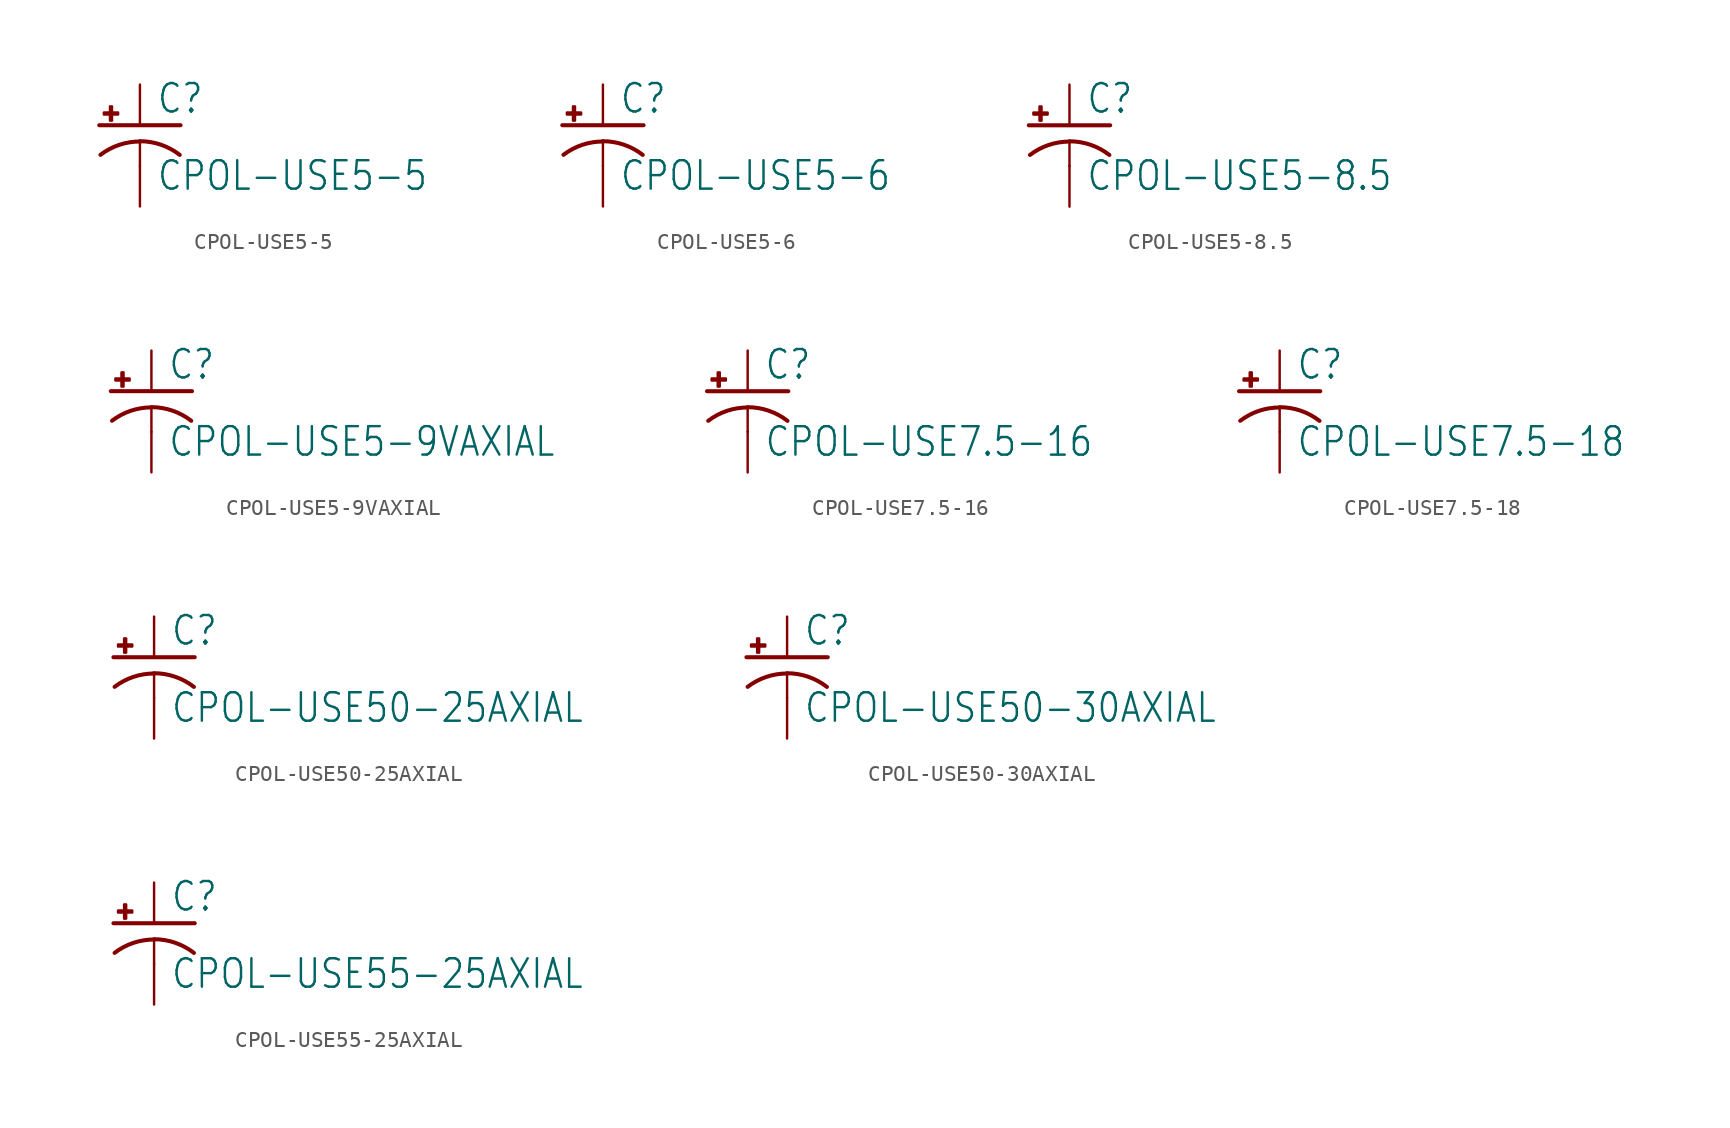
<source format=kicad_sym>
(kicad_symbol_lib
  (version 20220331)
  (generator kicad_symbol_editor)
  (symbol "CPOL-USE5-5"
    (property "Reference" "C"
      (at 1.016 0.635 0)
      (effects (font (size 1.778 1.511)) (justify left bottom)))
    (property "Value" "CPOL-USE5-5"
      (at 1.016 -4.191 0)
      (effects (font (size 1.778 1.511)) (justify left bottom)))
    (property "ki_locked" ""
      (at 0 0 0)
      (effects (font (size 1.27 1.27))))
    (symbol "CPOL-USE5-5_1_0"
      (rectangle (start -2.253 0.668) (end -1.364 0.795) (stroke (width 0) (type default)) (fill (type outline)))
      (rectangle (start -1.872 0.287) (end -1.745 1.176) (stroke (width 0) (type default)) (fill (type outline)))
      (arc (start 0 -1.0161) (mid -1.3021 -1.2302) (end -2.4669 -1.8504) (stroke (width 0.254) (type solid)) (fill (type none)))
      (polyline (pts (xy -2.54 0) (xy 2.54 0)) (stroke (width 0.254) (type solid)) (fill (type none)))
      (polyline (pts (xy 0 -1.016) (xy 0 -2.54)) (stroke (width 0.152) (type solid)) (fill (type none)))
      (arc (start 2.4892 -1.8542) (mid 1.3158 -1.2195) (end 0 -1) (stroke (width 0.254) (type solid)) (fill (type none)))
      (pin passive line (at 0 2.54 270) (length 2.54) (name "+" (effects (font (size 0 0)))) (number "+" (effects (font (size 0 0)))))
      (pin passive line (at 0 -5.08 90) (length 2.54) (name "-" (effects (font (size 0 0)))) (number "-" (effects (font (size 0 0)))))))
  (symbol "CPOL-USE5-6"
    (property "Reference" "C"
      (at 1.016 0.635 0)
      (effects (font (size 1.778 1.511)) (justify left bottom)))
    (property "Value" "CPOL-USE5-6"
      (at 1.016 -4.191 0)
      (effects (font (size 1.778 1.511)) (justify left bottom)))
    (property "ki_locked" ""
      (at 0 0 0)
      (effects (font (size 1.27 1.27))))
    (symbol "CPOL-USE5-6_1_0"
      (rectangle (start -2.253 0.668) (end -1.364 0.795) (stroke (width 0) (type default)) (fill (type outline)))
      (rectangle (start -1.872 0.287) (end -1.745 1.176) (stroke (width 0) (type default)) (fill (type outline)))
      (arc (start 0 -1.0161) (mid -1.3021 -1.2302) (end -2.4669 -1.8504) (stroke (width 0.254) (type solid)) (fill (type none)))
      (polyline (pts (xy -2.54 0) (xy 2.54 0)) (stroke (width 0.254) (type solid)) (fill (type none)))
      (polyline (pts (xy 0 -1.016) (xy 0 -2.54)) (stroke (width 0.152) (type solid)) (fill (type none)))
      (arc (start 2.4892 -1.8542) (mid 1.3158 -1.2195) (end 0 -1) (stroke (width 0.254) (type solid)) (fill (type none)))
      (pin passive line (at 0 2.54 270) (length 2.54) (name "+" (effects (font (size 0 0)))) (number "+" (effects (font (size 0 0)))))
      (pin passive line (at 0 -5.08 90) (length 2.54) (name "-" (effects (font (size 0 0)))) (number "-" (effects (font (size 0 0)))))))
  (symbol "CPOL-USE5-8.5"
    (property "Reference" "C"
      (at 1.016 0.635 0)
      (effects (font (size 1.778 1.511)) (justify left bottom)))
    (property "Value" "CPOL-USE5-8.5"
      (at 1.016 -4.191 0)
      (effects (font (size 1.778 1.511)) (justify left bottom)))
    (property "ki_locked" ""
      (at 0 0 0)
      (effects (font (size 1.27 1.27))))
    (symbol "CPOL-USE5-8.5_1_0"
      (rectangle (start -2.253 0.668) (end -1.364 0.795) (stroke (width 0) (type default)) (fill (type outline)))
      (rectangle (start -1.872 0.287) (end -1.745 1.176) (stroke (width 0) (type default)) (fill (type outline)))
      (arc (start 0 -1.0161) (mid -1.3021 -1.2302) (end -2.4669 -1.8504) (stroke (width 0.254) (type solid)) (fill (type none)))
      (polyline (pts (xy -2.54 0) (xy 2.54 0)) (stroke (width 0.254) (type solid)) (fill (type none)))
      (polyline (pts (xy 0 -1.016) (xy 0 -2.54)) (stroke (width 0.152) (type solid)) (fill (type none)))
      (arc (start 2.4892 -1.8542) (mid 1.3158 -1.2195) (end 0 -1) (stroke (width 0.254) (type solid)) (fill (type none)))
      (pin passive line (at 0 2.54 270) (length 2.54) (name "+" (effects (font (size 0 0)))) (number "+" (effects (font (size 0 0)))))
      (pin passive line (at 0 -5.08 90) (length 2.54) (name "-" (effects (font (size 0 0)))) (number "-" (effects (font (size 0 0)))))))
  (symbol "CPOL-USE5-9VAXIAL"
    (property "Reference" "C"
      (at 1.016 0.635 0)
      (effects (font (size 1.778 1.511)) (justify left bottom)))
    (property "Value" "CPOL-USE5-9VAXIAL"
      (at 1.016 -4.191 0)
      (effects (font (size 1.778 1.511)) (justify left bottom)))
    (property "ki_locked" ""
      (at 0 0 0)
      (effects (font (size 1.27 1.27))))
    (symbol "CPOL-USE5-9VAXIAL_1_0"
      (rectangle (start -2.253 0.668) (end -1.364 0.795) (stroke (width 0) (type default)) (fill (type outline)))
      (rectangle (start -1.872 0.287) (end -1.745 1.176) (stroke (width 0) (type default)) (fill (type outline)))
      (arc (start 0 -1.0161) (mid -1.3021 -1.2302) (end -2.4669 -1.8504) (stroke (width 0.254) (type solid)) (fill (type none)))
      (polyline (pts (xy -2.54 0) (xy 2.54 0)) (stroke (width 0.254) (type solid)) (fill (type none)))
      (polyline (pts (xy 0 -1.016) (xy 0 -2.54)) (stroke (width 0.152) (type solid)) (fill (type none)))
      (arc (start 2.4892 -1.8542) (mid 1.3158 -1.2195) (end 0 -1) (stroke (width 0.254) (type solid)) (fill (type none)))
      (pin passive line (at 0 2.54 270) (length 2.54) (name "+" (effects (font (size 0 0)))) (number "+" (effects (font (size 0 0)))))
      (pin passive line (at 0 -5.08 90) (length 2.54) (name "-" (effects (font (size 0 0)))) (number "-" (effects (font (size 0 0)))))))
  (symbol "CPOL-USE7.5-16"
    (property "Reference" "C"
      (at 1.016 0.635 0)
      (effects (font (size 1.778 1.511)) (justify left bottom)))
    (property "Value" "CPOL-USE7.5-16"
      (at 1.016 -4.191 0)
      (effects (font (size 1.778 1.511)) (justify left bottom)))
    (property "ki_locked" ""
      (at 0 0 0)
      (effects (font (size 1.27 1.27))))
    (symbol "CPOL-USE7.5-16_1_0"
      (rectangle (start -2.253 0.668) (end -1.364 0.795) (stroke (width 0) (type default)) (fill (type outline)))
      (rectangle (start -1.872 0.287) (end -1.745 1.176) (stroke (width 0) (type default)) (fill (type outline)))
      (arc (start 0 -1.0161) (mid -1.3021 -1.2302) (end -2.4669 -1.8504) (stroke (width 0.254) (type solid)) (fill (type none)))
      (polyline (pts (xy -2.54 0) (xy 2.54 0)) (stroke (width 0.254) (type solid)) (fill (type none)))
      (polyline (pts (xy 0 -1.016) (xy 0 -2.54)) (stroke (width 0.152) (type solid)) (fill (type none)))
      (arc (start 2.4892 -1.8542) (mid 1.3158 -1.2195) (end 0 -1) (stroke (width 0.254) (type solid)) (fill (type none)))
      (pin passive line (at 0 2.54 270) (length 2.54) (name "+" (effects (font (size 0 0)))) (number "+" (effects (font (size 0 0)))))
      (pin passive line (at 0 -5.08 90) (length 2.54) (name "-" (effects (font (size 0 0)))) (number "-" (effects (font (size 0 0)))))))
  (symbol "CPOL-USE7.5-18"
    (property "Reference" "C"
      (at 1.016 0.635 0)
      (effects (font (size 1.778 1.511)) (justify left bottom)))
    (property "Value" "CPOL-USE7.5-18"
      (at 1.016 -4.191 0)
      (effects (font (size 1.778 1.511)) (justify left bottom)))
    (property "ki_locked" ""
      (at 0 0 0)
      (effects (font (size 1.27 1.27))))
    (symbol "CPOL-USE7.5-18_1_0"
      (rectangle (start -2.253 0.668) (end -1.364 0.795) (stroke (width 0) (type default)) (fill (type outline)))
      (rectangle (start -1.872 0.287) (end -1.745 1.176) (stroke (width 0) (type default)) (fill (type outline)))
      (arc (start 0 -1.0161) (mid -1.3021 -1.2302) (end -2.4669 -1.8504) (stroke (width 0.254) (type solid)) (fill (type none)))
      (polyline (pts (xy -2.54 0) (xy 2.54 0)) (stroke (width 0.254) (type solid)) (fill (type none)))
      (polyline (pts (xy 0 -1.016) (xy 0 -2.54)) (stroke (width 0.152) (type solid)) (fill (type none)))
      (arc (start 2.4892 -1.8542) (mid 1.3158 -1.2195) (end 0 -1) (stroke (width 0.254) (type solid)) (fill (type none)))
      (pin passive line (at 0 2.54 270) (length 2.54) (name "+" (effects (font (size 0 0)))) (number "+" (effects (font (size 0 0)))))
      (pin passive line (at 0 -5.08 90) (length 2.54) (name "-" (effects (font (size 0 0)))) (number "-" (effects (font (size 0 0)))))))
  (symbol "CPOL-USE50-25AXIAL"
    (property "Reference" "C"
      (at 1.016 0.635 0)
      (effects (font (size 1.778 1.511)) (justify left bottom)))
    (property "Value" "CPOL-USE50-25AXIAL"
      (at 1.016 -4.191 0)
      (effects (font (size 1.778 1.511)) (justify left bottom)))
    (property "ki_locked" ""
      (at 0 0 0)
      (effects (font (size 1.27 1.27))))
    (symbol "CPOL-USE50-25AXIAL_1_0"
      (rectangle (start -2.253 0.668) (end -1.364 0.795) (stroke (width 0) (type default)) (fill (type outline)))
      (rectangle (start -1.872 0.287) (end -1.745 1.176) (stroke (width 0) (type default)) (fill (type outline)))
      (arc (start 0 -1.0161) (mid -1.3021 -1.2302) (end -2.4669 -1.8504) (stroke (width 0.254) (type solid)) (fill (type none)))
      (polyline (pts (xy -2.54 0) (xy 2.54 0)) (stroke (width 0.254) (type solid)) (fill (type none)))
      (polyline (pts (xy 0 -1.016) (xy 0 -2.54)) (stroke (width 0.152) (type solid)) (fill (type none)))
      (arc (start 2.4892 -1.8542) (mid 1.3158 -1.2195) (end 0 -1) (stroke (width 0.254) (type solid)) (fill (type none)))
      (pin passive line (at 0 2.54 270) (length 2.54) (name "+" (effects (font (size 0 0)))) (number "+" (effects (font (size 0 0)))))
      (pin passive line (at 0 -5.08 90) (length 2.54) (name "-" (effects (font (size 0 0)))) (number "-" (effects (font (size 0 0)))))))
  (symbol "CPOL-USE50-30AXIAL"
    (property "Reference" "C"
      (at 1.016 0.635 0)
      (effects (font (size 1.778 1.511)) (justify left bottom)))
    (property "Value" "CPOL-USE50-30AXIAL"
      (at 1.016 -4.191 0)
      (effects (font (size 1.778 1.511)) (justify left bottom)))
    (property "ki_locked" ""
      (at 0 0 0)
      (effects (font (size 1.27 1.27))))
    (symbol "CPOL-USE50-30AXIAL_1_0"
      (rectangle (start -2.253 0.668) (end -1.364 0.795) (stroke (width 0) (type default)) (fill (type outline)))
      (rectangle (start -1.872 0.287) (end -1.745 1.176) (stroke (width 0) (type default)) (fill (type outline)))
      (arc (start 0 -1.0161) (mid -1.3021 -1.2302) (end -2.4669 -1.8504) (stroke (width 0.254) (type solid)) (fill (type none)))
      (polyline (pts (xy -2.54 0) (xy 2.54 0)) (stroke (width 0.254) (type solid)) (fill (type none)))
      (polyline (pts (xy 0 -1.016) (xy 0 -2.54)) (stroke (width 0.152) (type solid)) (fill (type none)))
      (arc (start 2.4892 -1.8542) (mid 1.3158 -1.2195) (end 0 -1) (stroke (width 0.254) (type solid)) (fill (type none)))
      (pin passive line (at 0 2.54 270) (length 2.54) (name "+" (effects (font (size 0 0)))) (number "+" (effects (font (size 0 0)))))
      (pin passive line (at 0 -5.08 90) (length 2.54) (name "-" (effects (font (size 0 0)))) (number "-" (effects (font (size 0 0)))))))
  (symbol "CPOL-USE55-25AXIAL"
    (property "Reference" "C"
      (at 1.016 0.635 0)
      (effects (font (size 1.778 1.511)) (justify left bottom)))
    (property "Value" "CPOL-USE55-25AXIAL"
      (at 1.016 -4.191 0)
      (effects (font (size 1.778 1.511)) (justify left bottom)))
    (property "ki_locked" ""
      (at 0 0 0)
      (effects (font (size 1.27 1.27))))
    (symbol "CPOL-USE55-25AXIAL_1_0"
      (rectangle (start -2.253 0.668) (end -1.364 0.795) (stroke (width 0) (type default)) (fill (type outline)))
      (rectangle (start -1.872 0.287) (end -1.745 1.176) (stroke (width 0) (type default)) (fill (type outline)))
      (arc (start 0 -1.0161) (mid -1.3021 -1.2302) (end -2.4669 -1.8504) (stroke (width 0.254) (type solid)) (fill (type none)))
      (polyline (pts (xy -2.54 0) (xy 2.54 0)) (stroke (width 0.254) (type solid)) (fill (type none)))
      (polyline (pts (xy 0 -1.016) (xy 0 -2.54)) (stroke (width 0.152) (type solid)) (fill (type none)))
      (arc (start 2.4892 -1.8542) (mid 1.3158 -1.2195) (end 0 -1) (stroke (width 0.254) (type solid)) (fill (type none)))
      (pin passive line (at 0 2.54 270) (length 2.54) (name "+" (effects (font (size 0 0)))) (number "+" (effects (font (size 0 0)))))
      (pin passive line (at 0 -5.08 90) (length 2.54) (name "-" (effects (font (size 0 0)))) (number "-" (effects (font (size 0 0))))))))
</source>
